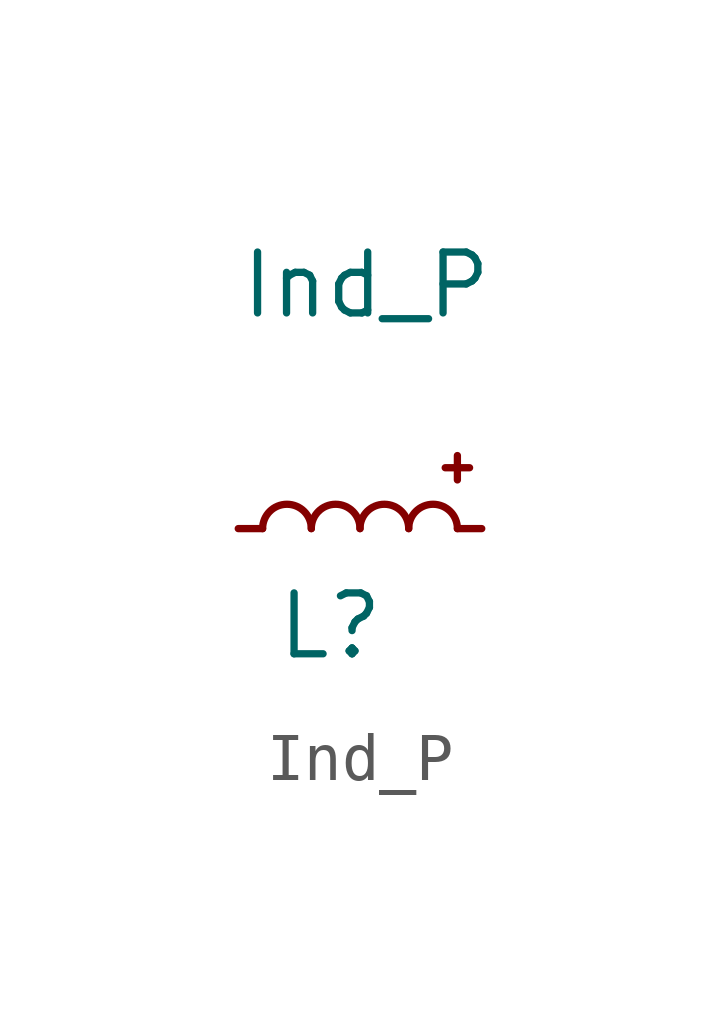
<source format=kicad_sym>
(kicad_symbol_lib
  (version 20241209)
  (generator "kicad_symbol_editor")
  (generator_version "9.0")
  (symbol "Ind_P"
    (pin_numbers
      (hide yes))
    (pin_names
      (offset 0.254)
      (hide yes))
    (property "Reference" "L"
      (at 0.762 -2.032 0)
      (effects (font (size 1.27 1.27)) (justify left)))
    (property "Value" "Ind_P"
      (at 0 5.08 0)
      (effects (font (size 1.27 1.27)) (justify left)))
    (symbol "Ind_P_0_1"
      (arc (start 0.508 0) (mid 1.016 0.5058) (end 1.524 0) (stroke (width 0) (type default)) (fill (type none)))
      (arc (start 1.524 0) (mid 2.032 0.5058) (end 2.54 0) (stroke (width 0) (type default)) (fill (type none)))
      (arc (start 2.54 0) (mid 3.048 0.5058) (end 3.556 0) (stroke (width 0) (type default)) (fill (type none)))
      (arc (start 3.556 0) (mid 4.064 0.5058) (end 4.572 0) (stroke (width 0) (type default)) (fill (type none)))
      (polyline (pts (xy 4.318 1.27) (xy 4.826 1.27)) (stroke (width 0) (type default)) (fill (type none)))
      (polyline (pts (xy 4.572 1.524) (xy 4.572 1.016)) (stroke (width 0) (type default)) (fill (type none))))
    (symbol "Ind_P_1_1"
      (pin passive line (at 0 0 0) (length 0.508) (name "-" (effects (font (size 1.27 1.27)))) (number "2" (effects (font (size 1.27 1.27)))))
      (pin passive line (at 5.08 0 180) (length 0.508) (name "+" (effects (font (size 1.27 1.27)))) (number "1" (effects (font (size 1.27 1.27))))))))
</source>
